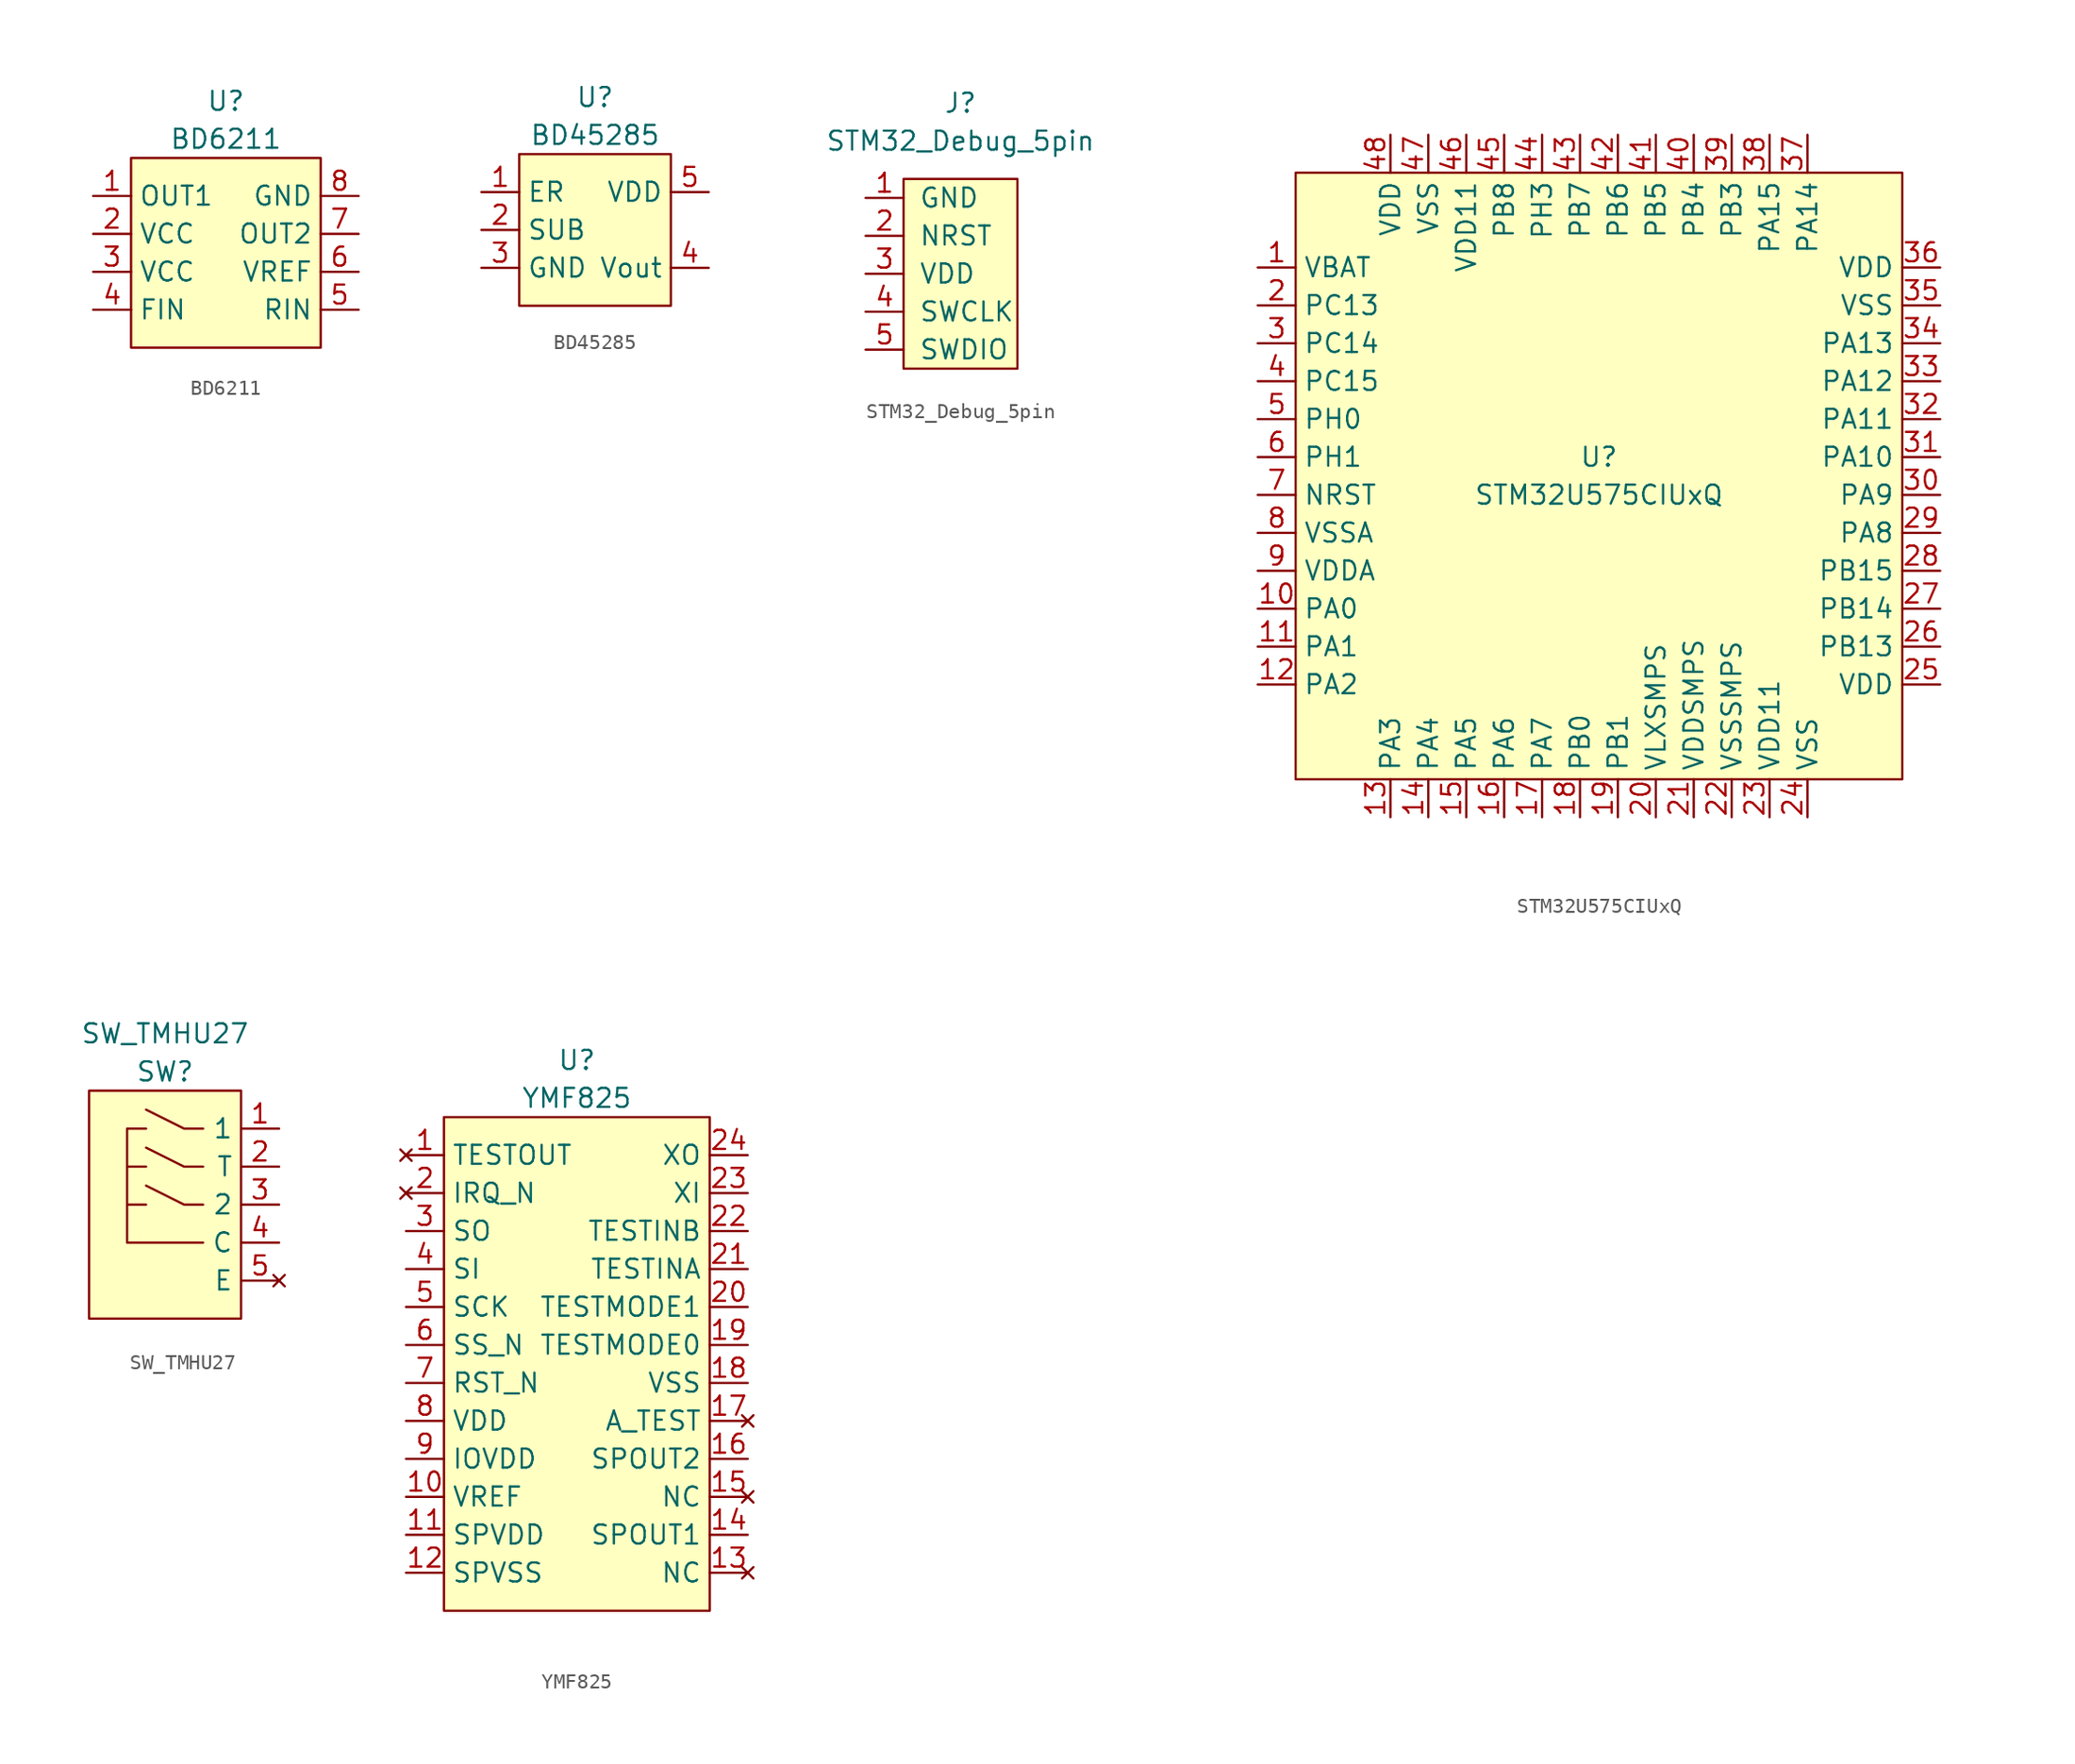
<source format=kicad_sym>
(kicad_symbol_lib
  (version 20220914)
  (generator kicad_symbol_editor)
  (symbol "BD6211"
    (property "Reference" "U"
      (at 0 10.16 0)
      (effects (font (size 1.27 1.27))))
    (property "Value" "BD6211"
      (at 0 7.62 0)
      (effects (font (size 1.27 1.27))))
    (symbol "BD6211_0_0"
      (pin passive line (at -8.89 3.81 0) (length 2.54) (name "OUT1" (effects (font (size 1.27 1.27)))) (number "1" (effects (font (size 1.27 1.27)))))
      (pin power_in line (at -8.89 1.27 0) (length 2.54) (name "VCC" (effects (font (size 1.27 1.27)))) (number "2" (effects (font (size 1.27 1.27)))))
      (pin power_in line (at -8.89 -1.27 0) (length 2.54) (name "VCC" (effects (font (size 1.27 1.27)))) (number "3" (effects (font (size 1.27 1.27)))))
      (pin passive line (at -8.89 -3.81 0) (length 2.54) (name "FIN" (effects (font (size 1.27 1.27)))) (number "4" (effects (font (size 1.27 1.27)))))
      (pin passive line (at 8.89 -3.81 180) (length 2.54) (name "RIN" (effects (font (size 1.27 1.27)))) (number "5" (effects (font (size 1.27 1.27)))))
      (pin power_in line (at 8.89 -1.27 180) (length 2.54) (name "VREF" (effects (font (size 1.27 1.27)))) (number "6" (effects (font (size 1.27 1.27)))))
      (pin passive line (at 8.89 1.27 180) (length 2.54) (name "OUT2" (effects (font (size 1.27 1.27)))) (number "7" (effects (font (size 1.27 1.27)))))
      (pin power_in line (at 8.89 3.81 180) (length 2.54) (name "GND" (effects (font (size 1.27 1.27)))) (number "8" (effects (font (size 1.27 1.27))))))
    (symbol "BD6211_0_1"
      (rectangle (start -6.35 6.35) (end 6.35 -6.35) (stroke (width 0) (type default)) (fill (type background)))))
  (symbol "BD45285"
    (property "Reference" "U"
      (at 0 8.89 0)
      (effects (font (size 1.27 1.27))))
    (property "Value" "BD45285"
      (at 0 6.35 0)
      (effects (font (size 1.27 1.27))))
    (symbol "BD45285_0_0"
      (pin passive line (at -7.62 2.54 0) (length 2.54) (name "ER" (effects (font (size 1.27 1.27)))) (number "1" (effects (font (size 1.27 1.27)))))
      (pin passive line (at -7.62 0 0) (length 2.54) (name "SUB" (effects (font (size 1.27 1.27)))) (number "2" (effects (font (size 1.27 1.27)))))
      (pin power_in line (at -7.62 -2.54 0) (length 2.54) (name "GND" (effects (font (size 1.27 1.27)))) (number "3" (effects (font (size 1.27 1.27)))))
      (pin passive line (at 7.62 -2.54 180) (length 2.54) (name "Vout" (effects (font (size 1.27 1.27)))) (number "4" (effects (font (size 1.27 1.27)))))
      (pin power_in line (at 7.62 2.54 180) (length 2.54) (name "VDD" (effects (font (size 1.27 1.27)))) (number "5" (effects (font (size 1.27 1.27))))))
    (symbol "BD45285_0_1"
      (rectangle (start -5.08 5.08) (end 5.08 -5.08) (stroke (width 0) (type default)) (fill (type background)))))
  (symbol "STM32_Debug_5pin"
    (pin_names
      (offset 1.016))
    (property "Reference" "J"
      (at 0 11.43 0)
      (effects (font (size 1.27 1.27))))
    (property "Value" "STM32_Debug_5pin"
      (at 0 8.89 0)
      (effects (font (size 1.27 1.27))))
    (symbol "STM32_Debug_5pin_0_1"
      (rectangle (start -3.81 6.35) (end 3.81 -6.35) (stroke (width 0) (type default)) (fill (type background))))
    (symbol "STM32_Debug_5pin_1_1"
      (pin power_in line (at -6.35 5.08 0) (length 2.54) (name "GND" (effects (font (size 1.27 1.27)))) (number "1" (effects (font (size 1.27 1.27)))))
      (pin passive line (at -6.35 2.54 0) (length 2.54) (name "NRST" (effects (font (size 1.27 1.27)))) (number "2" (effects (font (size 1.27 1.27)))))
      (pin power_in line (at -6.35 0 0) (length 2.54) (name "VDD" (effects (font (size 1.27 1.27)))) (number "3" (effects (font (size 1.27 1.27)))))
      (pin passive line (at -6.35 -2.54 0) (length 2.54) (name "SWCLK" (effects (font (size 1.27 1.27)))) (number "4" (effects (font (size 1.27 1.27)))))
      (pin passive line (at -6.35 -5.08 0) (length 2.54) (name "SWDIO" (effects (font (size 1.27 1.27)))) (number "5" (effects (font (size 1.27 1.27)))))))
  (symbol "STM32U575CIUxQ"
    (property "Reference" "U"
      (at 0 1.27 0)
      (effects (font (size 1.27 1.27))))
    (property "Value" "STM32U575CIUxQ"
      (at 0 -1.27 0)
      (effects (font (size 1.27 1.27))))
    (symbol "STM32U575CIUxQ_0_0"
      (pin power_in line (at -22.86 13.97 0) (length 2.54) (name "VBAT" (effects (font (size 1.27 1.27)))) (number "1" (effects (font (size 1.27 1.27)))))
      (pin passive line (at -22.86 -8.89 0) (length 2.54) (name "PA0" (effects (font (size 1.27 1.27)))) (number "10" (effects (font (size 1.27 1.27)))))
      (pin passive line (at -22.86 -11.43 0) (length 2.54) (name "PA1" (effects (font (size 1.27 1.27)))) (number "11" (effects (font (size 1.27 1.27)))))
      (pin passive line (at -22.86 -13.97 0) (length 2.54) (name "PA2" (effects (font (size 1.27 1.27)))) (number "12" (effects (font (size 1.27 1.27)))))
      (pin passive line (at -13.97 -22.86 90) (length 2.54) (name "PA3" (effects (font (size 1.27 1.27)))) (number "13" (effects (font (size 1.27 1.27)))))
      (pin passive line (at -11.43 -22.86 90) (length 2.54) (name "PA4" (effects (font (size 1.27 1.27)))) (number "14" (effects (font (size 1.27 1.27)))))
      (pin passive line (at -8.89 -22.86 90) (length 2.54) (name "PA5" (effects (font (size 1.27 1.27)))) (number "15" (effects (font (size 1.27 1.27)))))
      (pin passive line (at -6.35 -22.86 90) (length 2.54) (name "PA6" (effects (font (size 1.27 1.27)))) (number "16" (effects (font (size 1.27 1.27)))))
      (pin passive line (at -3.81 -22.86 90) (length 2.54) (name "PA7" (effects (font (size 1.27 1.27)))) (number "17" (effects (font (size 1.27 1.27)))))
      (pin passive line (at -1.27 -22.86 90) (length 2.54) (name "PB0" (effects (font (size 1.27 1.27)))) (number "18" (effects (font (size 1.27 1.27)))))
      (pin passive line (at 1.27 -22.86 90) (length 2.54) (name "PB1" (effects (font (size 1.27 1.27)))) (number "19" (effects (font (size 1.27 1.27)))))
      (pin passive line (at -22.86 11.43 0) (length 2.54) (name "PC13" (effects (font (size 1.27 1.27)))) (number "2" (effects (font (size 1.27 1.27)))))
      (pin passive line (at 3.81 -22.86 90) (length 2.54) (name "VLXSMPS" (effects (font (size 1.27 1.27)))) (number "20" (effects (font (size 1.27 1.27)))))
      (pin power_in line (at 6.35 -22.86 90) (length 2.54) (name "VDDSMPS" (effects (font (size 1.27 1.27)))) (number "21" (effects (font (size 1.27 1.27)))))
      (pin power_in line (at 8.89 -22.86 90) (length 2.54) (name "VSSSMPS" (effects (font (size 1.27 1.27)))) (number "22" (effects (font (size 1.27 1.27)))))
      (pin passive line (at 11.43 -22.86 90) (length 2.54) (name "VDD11" (effects (font (size 1.27 1.27)))) (number "23" (effects (font (size 1.27 1.27)))))
      (pin power_in line (at 13.97 -22.86 90) (length 2.54) (name "VSS" (effects (font (size 1.27 1.27)))) (number "24" (effects (font (size 1.27 1.27)))))
      (pin power_in line (at 22.86 -13.97 180) (length 2.54) (name "VDD" (effects (font (size 1.27 1.27)))) (number "25" (effects (font (size 1.27 1.27)))))
      (pin passive line (at 22.86 -11.43 180) (length 2.54) (name "PB13" (effects (font (size 1.27 1.27)))) (number "26" (effects (font (size 1.27 1.27)))))
      (pin passive line (at 22.86 -8.89 180) (length 2.54) (name "PB14" (effects (font (size 1.27 1.27)))) (number "27" (effects (font (size 1.27 1.27)))))
      (pin passive line (at 22.86 -6.35 180) (length 2.54) (name "PB15" (effects (font (size 1.27 1.27)))) (number "28" (effects (font (size 1.27 1.27)))))
      (pin passive line (at 22.86 -3.81 180) (length 2.54) (name "PA8" (effects (font (size 1.27 1.27)))) (number "29" (effects (font (size 1.27 1.27)))))
      (pin passive line (at -22.86 8.89 0) (length 2.54) (name "PC14" (effects (font (size 1.27 1.27)))) (number "3" (effects (font (size 1.27 1.27)))))
      (pin passive line (at 22.86 -1.27 180) (length 2.54) (name "PA9" (effects (font (size 1.27 1.27)))) (number "30" (effects (font (size 1.27 1.27)))))
      (pin passive line (at 22.86 1.27 180) (length 2.54) (name "PA10" (effects (font (size 1.27 1.27)))) (number "31" (effects (font (size 1.27 1.27)))))
      (pin passive line (at 22.86 3.81 180) (length 2.54) (name "PA11" (effects (font (size 1.27 1.27)))) (number "32" (effects (font (size 1.27 1.27)))))
      (pin passive line (at 22.86 6.35 180) (length 2.54) (name "PA12" (effects (font (size 1.27 1.27)))) (number "33" (effects (font (size 1.27 1.27)))))
      (pin passive line (at 22.86 8.89 180) (length 2.54) (name "PA13" (effects (font (size 1.27 1.27)))) (number "34" (effects (font (size 1.27 1.27)))))
      (pin power_in line (at 22.86 11.43 180) (length 2.54) (name "VSS" (effects (font (size 1.27 1.27)))) (number "35" (effects (font (size 1.27 1.27)))))
      (pin power_in line (at 22.86 13.97 180) (length 2.54) (name "VDD" (effects (font (size 1.27 1.27)))) (number "36" (effects (font (size 1.27 1.27)))))
      (pin passive line (at 13.97 22.86 270) (length 2.54) (name "PA14" (effects (font (size 1.27 1.27)))) (number "37" (effects (font (size 1.27 1.27)))))
      (pin passive line (at 11.43 22.86 270) (length 2.54) (name "PA15" (effects (font (size 1.27 1.27)))) (number "38" (effects (font (size 1.27 1.27)))))
      (pin passive line (at 8.89 22.86 270) (length 2.54) (name "PB3" (effects (font (size 1.27 1.27)))) (number "39" (effects (font (size 1.27 1.27)))))
      (pin passive line (at -22.86 6.35 0) (length 2.54) (name "PC15" (effects (font (size 1.27 1.27)))) (number "4" (effects (font (size 1.27 1.27)))))
      (pin passive line (at 6.35 22.86 270) (length 2.54) (name "PB4" (effects (font (size 1.27 1.27)))) (number "40" (effects (font (size 1.27 1.27)))))
      (pin passive line (at 3.81 22.86 270) (length 2.54) (name "PB5" (effects (font (size 1.27 1.27)))) (number "41" (effects (font (size 1.27 1.27)))))
      (pin passive line (at 1.27 22.86 270) (length 2.54) (name "PB6" (effects (font (size 1.27 1.27)))) (number "42" (effects (font (size 1.27 1.27)))))
      (pin passive line (at -1.27 22.86 270) (length 2.54) (name "PB7" (effects (font (size 1.27 1.27)))) (number "43" (effects (font (size 1.27 1.27)))))
      (pin passive line (at -3.81 22.86 270) (length 2.54) (name "PH3" (effects (font (size 1.27 1.27)))) (number "44" (effects (font (size 1.27 1.27)))))
      (pin passive line (at -6.35 22.86 270) (length 2.54) (name "PB8" (effects (font (size 1.27 1.27)))) (number "45" (effects (font (size 1.27 1.27)))))
      (pin passive line (at -8.89 22.86 270) (length 2.54) (name "VDD11" (effects (font (size 1.27 1.27)))) (number "46" (effects (font (size 1.27 1.27)))))
      (pin power_in line (at -11.43 22.86 270) (length 2.54) (name "VSS" (effects (font (size 1.27 1.27)))) (number "47" (effects (font (size 1.27 1.27)))))
      (pin power_in line (at -13.97 22.86 270) (length 2.54) (name "VDD" (effects (font (size 1.27 1.27)))) (number "48" (effects (font (size 1.27 1.27)))))
      (pin passive line (at -22.86 3.81 0) (length 2.54) (name "PH0" (effects (font (size 1.27 1.27)))) (number "5" (effects (font (size 1.27 1.27)))))
      (pin passive line (at -22.86 1.27 0) (length 2.54) (name "PH1" (effects (font (size 1.27 1.27)))) (number "6" (effects (font (size 1.27 1.27)))))
      (pin passive line (at -22.86 -1.27 0) (length 2.54) (name "NRST" (effects (font (size 1.27 1.27)))) (number "7" (effects (font (size 1.27 1.27)))))
      (pin power_in line (at -22.86 -3.81 0) (length 2.54) (name "VSSA" (effects (font (size 1.27 1.27)))) (number "8" (effects (font (size 1.27 1.27)))))
      (pin power_in line (at -22.86 -6.35 0) (length 2.54) (name "VDDA" (effects (font (size 1.27 1.27)))) (number "9" (effects (font (size 1.27 1.27))))))
    (symbol "STM32U575CIUxQ_0_1"
      (rectangle (start -20.32 20.32) (end 20.32 -20.32) (stroke (width 0) (type default)) (fill (type background)))))
  (symbol "SW_TMHU27"
    (property "Reference" "SW"
      (at 0 8.89 0)
      (effects (font (size 1.27 1.27))))
    (property "Value" "SW_TMHU27"
      (at 0 11.43 0)
      (effects (font (size 1.27 1.27))))
    (symbol "SW_TMHU27_0_0"
      (pin passive line (at 7.62 5.08 180) (length 2.54) (name "1" (effects (font (size 1.27 1.27)))) (number "1" (effects (font (size 1.27 1.27)))))
      (pin passive line (at 7.62 2.54 180) (length 2.54) (name "T" (effects (font (size 1.27 1.27)))) (number "2" (effects (font (size 1.27 1.27)))))
      (pin passive line (at 7.62 0 180) (length 2.54) (name "2" (effects (font (size 1.27 1.27)))) (number "3" (effects (font (size 1.27 1.27)))))
      (pin passive line (at 7.62 -2.54 180) (length 2.54) (name "C" (effects (font (size 1.27 1.27)))) (number "4" (effects (font (size 1.27 1.27)))))
      (pin no_connect line (at 7.62 -5.08 180) (length 2.54) (name "E" (effects (font (size 1.27 1.27)))) (number "5" (effects (font (size 1.27 1.27))))))
    (symbol "SW_TMHU27_0_1"
      (rectangle (start -5.08 7.62) (end 5.08 -7.62) (stroke (width 0) (type default)) (fill (type background)))
      (polyline (pts (xy -1.27 0) (xy -2.54 0)) (stroke (width 0) (type default)) (fill (type none)))
      (polyline (pts (xy -1.27 2.54) (xy -2.54 2.54)) (stroke (width 0) (type default)) (fill (type none)))
      (polyline (pts (xy 2.54 0) (xy 1.27 0) (xy -1.27 1.27)) (stroke (width 0) (type default)) (fill (type none)))
      (polyline (pts (xy 2.54 2.54) (xy 1.27 2.54) (xy -1.27 3.81)) (stroke (width 0) (type default)) (fill (type none)))
      (polyline (pts (xy 2.54 5.08) (xy 1.27 5.08) (xy -1.27 6.35)) (stroke (width 0) (type default)) (fill (type none)))
      (polyline (pts (xy -1.27 5.08) (xy -2.54 5.08) (xy -2.54 -2.54) (xy 2.54 -2.54)) (stroke (width 0) (type default)) (fill (type none)))))
  (symbol "YMF825"
    (property "Reference" "U"
      (at 0 20.32 0)
      (effects (font (size 1.27 1.27))))
    (property "Value" "YMF825"
      (at 0 17.78 0)
      (effects (font (size 1.27 1.27))))
    (symbol "YMF825_0_0"
      (pin no_connect line (at -11.43 13.97 0) (length 2.54) (name "TESTOUT" (effects (font (size 1.27 1.27)))) (number "1" (effects (font (size 1.27 1.27)))))
      (pin passive line (at -11.43 -8.89 0) (length 2.54) (name "VREF" (effects (font (size 1.27 1.27)))) (number "10" (effects (font (size 1.27 1.27)))))
      (pin power_in line (at -11.43 -11.43 0) (length 2.54) (name "SPVDD" (effects (font (size 1.27 1.27)))) (number "11" (effects (font (size 1.27 1.27)))))
      (pin power_in line (at -11.43 -13.97 0) (length 2.54) (name "SPVSS" (effects (font (size 1.27 1.27)))) (number "12" (effects (font (size 1.27 1.27)))))
      (pin no_connect line (at 11.43 -13.97 180) (length 2.54) (name "NC" (effects (font (size 1.27 1.27)))) (number "13" (effects (font (size 1.27 1.27)))))
      (pin passive line (at 11.43 -11.43 180) (length 2.54) (name "SPOUT1" (effects (font (size 1.27 1.27)))) (number "14" (effects (font (size 1.27 1.27)))))
      (pin no_connect line (at 11.43 -8.89 180) (length 2.54) (name "NC" (effects (font (size 1.27 1.27)))) (number "15" (effects (font (size 1.27 1.27)))))
      (pin passive line (at 11.43 -6.35 180) (length 2.54) (name "SPOUT2" (effects (font (size 1.27 1.27)))) (number "16" (effects (font (size 1.27 1.27)))))
      (pin no_connect line (at 11.43 -3.81 180) (length 2.54) (name "A_TEST" (effects (font (size 1.27 1.27)))) (number "17" (effects (font (size 1.27 1.27)))))
      (pin power_in line (at 11.43 -1.27 180) (length 2.54) (name "VSS" (effects (font (size 1.27 1.27)))) (number "18" (effects (font (size 1.27 1.27)))))
      (pin passive line (at 11.43 1.27 180) (length 2.54) (name "TESTMODE0" (effects (font (size 1.27 1.27)))) (number "19" (effects (font (size 1.27 1.27)))))
      (pin no_connect line (at -11.43 11.43 0) (length 2.54) (name "IRQ_N" (effects (font (size 1.27 1.27)))) (number "2" (effects (font (size 1.27 1.27)))))
      (pin passive line (at 11.43 3.81 180) (length 2.54) (name "TESTMODE1" (effects (font (size 1.27 1.27)))) (number "20" (effects (font (size 1.27 1.27)))))
      (pin passive line (at 11.43 6.35 180) (length 2.54) (name "TESTINA" (effects (font (size 1.27 1.27)))) (number "21" (effects (font (size 1.27 1.27)))))
      (pin passive line (at 11.43 8.89 180) (length 2.54) (name "TESTINB" (effects (font (size 1.27 1.27)))) (number "22" (effects (font (size 1.27 1.27)))))
      (pin passive line (at 11.43 11.43 180) (length 2.54) (name "XI" (effects (font (size 1.27 1.27)))) (number "23" (effects (font (size 1.27 1.27)))))
      (pin passive line (at 11.43 13.97 180) (length 2.54) (name "XO" (effects (font (size 1.27 1.27)))) (number "24" (effects (font (size 1.27 1.27)))))
      (pin passive line (at -11.43 8.89 0) (length 2.54) (name "SO" (effects (font (size 1.27 1.27)))) (number "3" (effects (font (size 1.27 1.27)))))
      (pin passive line (at -11.43 6.35 0) (length 2.54) (name "SI" (effects (font (size 1.27 1.27)))) (number "4" (effects (font (size 1.27 1.27)))))
      (pin passive line (at -11.43 3.81 0) (length 2.54) (name "SCK" (effects (font (size 1.27 1.27)))) (number "5" (effects (font (size 1.27 1.27)))))
      (pin passive line (at -11.43 1.27 0) (length 2.54) (name "SS_N" (effects (font (size 1.27 1.27)))) (number "6" (effects (font (size 1.27 1.27)))))
      (pin passive line (at -11.43 -1.27 0) (length 2.54) (name "RST_N" (effects (font (size 1.27 1.27)))) (number "7" (effects (font (size 1.27 1.27)))))
      (pin power_in line (at -11.43 -3.81 0) (length 2.54) (name "VDD" (effects (font (size 1.27 1.27)))) (number "8" (effects (font (size 1.27 1.27)))))
      (pin power_in line (at -11.43 -6.35 0) (length 2.54) (name "IOVDD" (effects (font (size 1.27 1.27)))) (number "9" (effects (font (size 1.27 1.27))))))
    (symbol "YMF825_0_1"
      (rectangle (start -8.89 16.51) (end 8.89 -16.51) (stroke (width 0) (type default)) (fill (type background))))))
</source>
